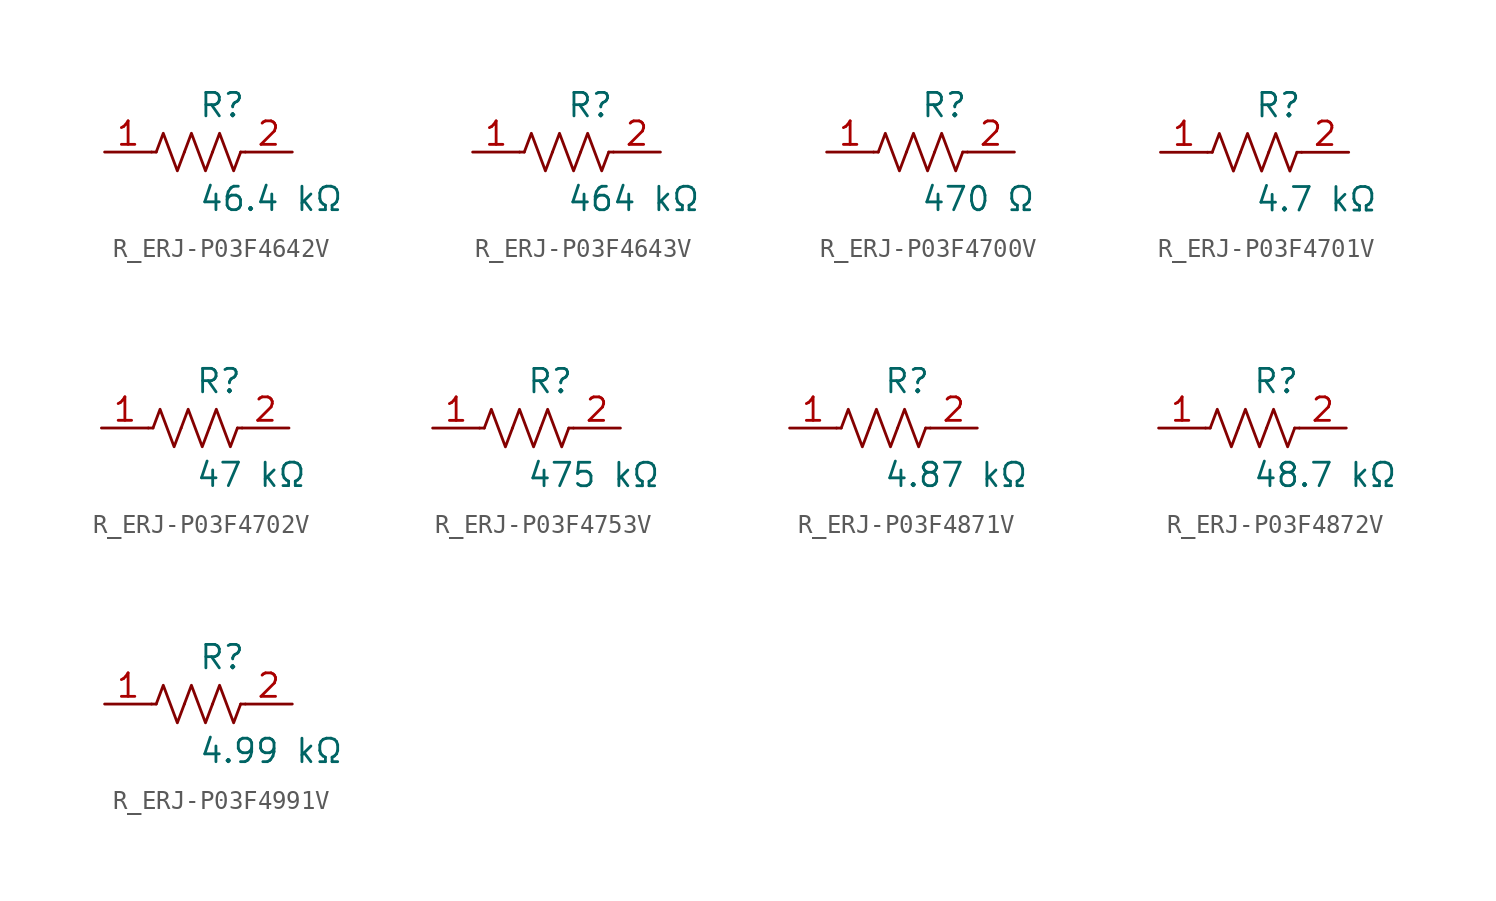
<source format=kicad_sym>
(kicad_symbol_lib
  (version 20231120)
  (generator kicad_symbol_editor)
  (generator_version 8.0)
  (symbol "R_ERJ-P03F4642V"
    (pin_names
      (offset 0.254))
    (property "Reference" "R"
      (at 0.0 2.54 0)
      (effects (font (size 1.27 1.27)) (justify left)))
    (property "Value" "46.4 kΩ"
      (at 0.0 -2.54 0)
      (effects (font (size 1.27 1.27)) (justify left)))
    (symbol "R_ERJ-P03F4642V_0_1"
      (polyline (pts (xy 2.286 0) (xy 2.54 0)) (stroke (width 0) (type default)) (fill (type none)))
      (polyline (pts (xy -2.286 0) (xy -2.54 0)) (stroke (width 0) (type default)) (fill (type none)))
      (polyline (pts (xy 0.762 0) (xy 1.143 1.016) (xy 1.524 0) (xy 1.905 -1.016) (xy 2.286 0)) (stroke (width 0) (type default)) (fill (type none)))
      (polyline (pts (xy -0.762 0) (xy -0.381 1.016) (xy 0 0) (xy 0.381 -1.016) (xy 0.762 0)) (stroke (width 0) (type default)) (fill (type none)))
      (polyline (pts (xy -2.286 0) (xy -1.905 1.016) (xy -1.524 0) (xy -1.143 -1.016) (xy -0.762 0)) (stroke (width 0) (type default)) (fill (type none))))
    (pin unspecified line
      (at -5.08 0 0)
      (length 2.54)
      (name "" (effects (font (size 1.27 1.27))))
      (number "1" (effects (font (size 1.27 1.27)))))
    (pin unspecified line
      (at 5.08 0 180)
      (length 2.54)
      (name "" (effects (font (size 1.27 1.27))))
      (number "2" (effects (font (size 1.27 1.27))))))
  (symbol "R_ERJ-P03F4643V"
    (pin_names
      (offset 0.254))
    (property "Reference" "R"
      (at 0.0 2.54 0)
      (effects (font (size 1.27 1.27)) (justify left)))
    (property "Value" "464 kΩ"
      (at 0.0 -2.54 0)
      (effects (font (size 1.27 1.27)) (justify left)))
    (symbol "R_ERJ-P03F4643V_0_1"
      (polyline (pts (xy 2.286 0) (xy 2.54 0)) (stroke (width 0) (type default)) (fill (type none)))
      (polyline (pts (xy -2.286 0) (xy -2.54 0)) (stroke (width 0) (type default)) (fill (type none)))
      (polyline (pts (xy 0.762 0) (xy 1.143 1.016) (xy 1.524 0) (xy 1.905 -1.016) (xy 2.286 0)) (stroke (width 0) (type default)) (fill (type none)))
      (polyline (pts (xy -0.762 0) (xy -0.381 1.016) (xy 0 0) (xy 0.381 -1.016) (xy 0.762 0)) (stroke (width 0) (type default)) (fill (type none)))
      (polyline (pts (xy -2.286 0) (xy -1.905 1.016) (xy -1.524 0) (xy -1.143 -1.016) (xy -0.762 0)) (stroke (width 0) (type default)) (fill (type none))))
    (pin unspecified line
      (at -5.08 0 0)
      (length 2.54)
      (name "" (effects (font (size 1.27 1.27))))
      (number "1" (effects (font (size 1.27 1.27)))))
    (pin unspecified line
      (at 5.08 0 180)
      (length 2.54)
      (name "" (effects (font (size 1.27 1.27))))
      (number "2" (effects (font (size 1.27 1.27))))))
  (symbol "R_ERJ-P03F4700V"
    (pin_names
      (offset 0.254))
    (property "Reference" "R"
      (at 0.0 2.54 0)
      (effects (font (size 1.27 1.27)) (justify left)))
    (property "Value" "470 Ω"
      (at 0.0 -2.54 0)
      (effects (font (size 1.27 1.27)) (justify left)))
    (symbol "R_ERJ-P03F4700V_0_1"
      (polyline (pts (xy 2.286 0) (xy 2.54 0)) (stroke (width 0) (type default)) (fill (type none)))
      (polyline (pts (xy -2.286 0) (xy -2.54 0)) (stroke (width 0) (type default)) (fill (type none)))
      (polyline (pts (xy 0.762 0) (xy 1.143 1.016) (xy 1.524 0) (xy 1.905 -1.016) (xy 2.286 0)) (stroke (width 0) (type default)) (fill (type none)))
      (polyline (pts (xy -0.762 0) (xy -0.381 1.016) (xy 0 0) (xy 0.381 -1.016) (xy 0.762 0)) (stroke (width 0) (type default)) (fill (type none)))
      (polyline (pts (xy -2.286 0) (xy -1.905 1.016) (xy -1.524 0) (xy -1.143 -1.016) (xy -0.762 0)) (stroke (width 0) (type default)) (fill (type none))))
    (pin unspecified line
      (at -5.08 0 0)
      (length 2.54)
      (name "" (effects (font (size 1.27 1.27))))
      (number "1" (effects (font (size 1.27 1.27)))))
    (pin unspecified line
      (at 5.08 0 180)
      (length 2.54)
      (name "" (effects (font (size 1.27 1.27))))
      (number "2" (effects (font (size 1.27 1.27))))))
  (symbol "R_ERJ-P03F4701V"
    (pin_names
      (offset 0.254))
    (property "Reference" "R"
      (at 0.0 2.54 0)
      (effects (font (size 1.27 1.27)) (justify left)))
    (property "Value" "4.7 kΩ"
      (at 0.0 -2.54 0)
      (effects (font (size 1.27 1.27)) (justify left)))
    (symbol "R_ERJ-P03F4701V_0_1"
      (polyline (pts (xy 2.286 0) (xy 2.54 0)) (stroke (width 0) (type default)) (fill (type none)))
      (polyline (pts (xy -2.286 0) (xy -2.54 0)) (stroke (width 0) (type default)) (fill (type none)))
      (polyline (pts (xy 0.762 0) (xy 1.143 1.016) (xy 1.524 0) (xy 1.905 -1.016) (xy 2.286 0)) (stroke (width 0) (type default)) (fill (type none)))
      (polyline (pts (xy -0.762 0) (xy -0.381 1.016) (xy 0 0) (xy 0.381 -1.016) (xy 0.762 0)) (stroke (width 0) (type default)) (fill (type none)))
      (polyline (pts (xy -2.286 0) (xy -1.905 1.016) (xy -1.524 0) (xy -1.143 -1.016) (xy -0.762 0)) (stroke (width 0) (type default)) (fill (type none))))
    (pin unspecified line
      (at -5.08 0 0)
      (length 2.54)
      (name "" (effects (font (size 1.27 1.27))))
      (number "1" (effects (font (size 1.27 1.27)))))
    (pin unspecified line
      (at 5.08 0 180)
      (length 2.54)
      (name "" (effects (font (size 1.27 1.27))))
      (number "2" (effects (font (size 1.27 1.27))))))
  (symbol "R_ERJ-P03F4702V"
    (pin_names
      (offset 0.254))
    (property "Reference" "R"
      (at 0.0 2.54 0)
      (effects (font (size 1.27 1.27)) (justify left)))
    (property "Value" "47 kΩ"
      (at 0.0 -2.54 0)
      (effects (font (size 1.27 1.27)) (justify left)))
    (symbol "R_ERJ-P03F4702V_0_1"
      (polyline (pts (xy 2.286 0) (xy 2.54 0)) (stroke (width 0) (type default)) (fill (type none)))
      (polyline (pts (xy -2.286 0) (xy -2.54 0)) (stroke (width 0) (type default)) (fill (type none)))
      (polyline (pts (xy 0.762 0) (xy 1.143 1.016) (xy 1.524 0) (xy 1.905 -1.016) (xy 2.286 0)) (stroke (width 0) (type default)) (fill (type none)))
      (polyline (pts (xy -0.762 0) (xy -0.381 1.016) (xy 0 0) (xy 0.381 -1.016) (xy 0.762 0)) (stroke (width 0) (type default)) (fill (type none)))
      (polyline (pts (xy -2.286 0) (xy -1.905 1.016) (xy -1.524 0) (xy -1.143 -1.016) (xy -0.762 0)) (stroke (width 0) (type default)) (fill (type none))))
    (pin unspecified line
      (at -5.08 0 0)
      (length 2.54)
      (name "" (effects (font (size 1.27 1.27))))
      (number "1" (effects (font (size 1.27 1.27)))))
    (pin unspecified line
      (at 5.08 0 180)
      (length 2.54)
      (name "" (effects (font (size 1.27 1.27))))
      (number "2" (effects (font (size 1.27 1.27))))))
  (symbol "R_ERJ-P03F4753V"
    (pin_names
      (offset 0.254))
    (property "Reference" "R"
      (at 0.0 2.54 0)
      (effects (font (size 1.27 1.27)) (justify left)))
    (property "Value" "475 kΩ"
      (at 0.0 -2.54 0)
      (effects (font (size 1.27 1.27)) (justify left)))
    (symbol "R_ERJ-P03F4753V_0_1"
      (polyline (pts (xy 2.286 0) (xy 2.54 0)) (stroke (width 0) (type default)) (fill (type none)))
      (polyline (pts (xy -2.286 0) (xy -2.54 0)) (stroke (width 0) (type default)) (fill (type none)))
      (polyline (pts (xy 0.762 0) (xy 1.143 1.016) (xy 1.524 0) (xy 1.905 -1.016) (xy 2.286 0)) (stroke (width 0) (type default)) (fill (type none)))
      (polyline (pts (xy -0.762 0) (xy -0.381 1.016) (xy 0 0) (xy 0.381 -1.016) (xy 0.762 0)) (stroke (width 0) (type default)) (fill (type none)))
      (polyline (pts (xy -2.286 0) (xy -1.905 1.016) (xy -1.524 0) (xy -1.143 -1.016) (xy -0.762 0)) (stroke (width 0) (type default)) (fill (type none))))
    (pin unspecified line
      (at -5.08 0 0)
      (length 2.54)
      (name "" (effects (font (size 1.27 1.27))))
      (number "1" (effects (font (size 1.27 1.27)))))
    (pin unspecified line
      (at 5.08 0 180)
      (length 2.54)
      (name "" (effects (font (size 1.27 1.27))))
      (number "2" (effects (font (size 1.27 1.27))))))
  (symbol "R_ERJ-P03F4871V"
    (pin_names
      (offset 0.254))
    (property "Reference" "R"
      (at 0.0 2.54 0)
      (effects (font (size 1.27 1.27)) (justify left)))
    (property "Value" "4.87 kΩ"
      (at 0.0 -2.54 0)
      (effects (font (size 1.27 1.27)) (justify left)))
    (symbol "R_ERJ-P03F4871V_0_1"
      (polyline (pts (xy 2.286 0) (xy 2.54 0)) (stroke (width 0) (type default)) (fill (type none)))
      (polyline (pts (xy -2.286 0) (xy -2.54 0)) (stroke (width 0) (type default)) (fill (type none)))
      (polyline (pts (xy 0.762 0) (xy 1.143 1.016) (xy 1.524 0) (xy 1.905 -1.016) (xy 2.286 0)) (stroke (width 0) (type default)) (fill (type none)))
      (polyline (pts (xy -0.762 0) (xy -0.381 1.016) (xy 0 0) (xy 0.381 -1.016) (xy 0.762 0)) (stroke (width 0) (type default)) (fill (type none)))
      (polyline (pts (xy -2.286 0) (xy -1.905 1.016) (xy -1.524 0) (xy -1.143 -1.016) (xy -0.762 0)) (stroke (width 0) (type default)) (fill (type none))))
    (pin unspecified line
      (at -5.08 0 0)
      (length 2.54)
      (name "" (effects (font (size 1.27 1.27))))
      (number "1" (effects (font (size 1.27 1.27)))))
    (pin unspecified line
      (at 5.08 0 180)
      (length 2.54)
      (name "" (effects (font (size 1.27 1.27))))
      (number "2" (effects (font (size 1.27 1.27))))))
  (symbol "R_ERJ-P03F4872V"
    (pin_names
      (offset 0.254))
    (property "Reference" "R"
      (at 0.0 2.54 0)
      (effects (font (size 1.27 1.27)) (justify left)))
    (property "Value" "48.7 kΩ"
      (at 0.0 -2.54 0)
      (effects (font (size 1.27 1.27)) (justify left)))
    (symbol "R_ERJ-P03F4872V_0_1"
      (polyline (pts (xy 2.286 0) (xy 2.54 0)) (stroke (width 0) (type default)) (fill (type none)))
      (polyline (pts (xy -2.286 0) (xy -2.54 0)) (stroke (width 0) (type default)) (fill (type none)))
      (polyline (pts (xy 0.762 0) (xy 1.143 1.016) (xy 1.524 0) (xy 1.905 -1.016) (xy 2.286 0)) (stroke (width 0) (type default)) (fill (type none)))
      (polyline (pts (xy -0.762 0) (xy -0.381 1.016) (xy 0 0) (xy 0.381 -1.016) (xy 0.762 0)) (stroke (width 0) (type default)) (fill (type none)))
      (polyline (pts (xy -2.286 0) (xy -1.905 1.016) (xy -1.524 0) (xy -1.143 -1.016) (xy -0.762 0)) (stroke (width 0) (type default)) (fill (type none))))
    (pin unspecified line
      (at -5.08 0 0)
      (length 2.54)
      (name "" (effects (font (size 1.27 1.27))))
      (number "1" (effects (font (size 1.27 1.27)))))
    (pin unspecified line
      (at 5.08 0 180)
      (length 2.54)
      (name "" (effects (font (size 1.27 1.27))))
      (number "2" (effects (font (size 1.27 1.27))))))
  (symbol "R_ERJ-P03F4991V"
    (pin_names
      (offset 0.254))
    (property "Reference" "R"
      (at 0.0 2.54 0)
      (effects (font (size 1.27 1.27)) (justify left)))
    (property "Value" "4.99 kΩ"
      (at 0.0 -2.54 0)
      (effects (font (size 1.27 1.27)) (justify left)))
    (symbol "R_ERJ-P03F4991V_0_1"
      (polyline (pts (xy 2.286 0) (xy 2.54 0)) (stroke (width 0) (type default)) (fill (type none)))
      (polyline (pts (xy -2.286 0) (xy -2.54 0)) (stroke (width 0) (type default)) (fill (type none)))
      (polyline (pts (xy 0.762 0) (xy 1.143 1.016) (xy 1.524 0) (xy 1.905 -1.016) (xy 2.286 0)) (stroke (width 0) (type default)) (fill (type none)))
      (polyline (pts (xy -0.762 0) (xy -0.381 1.016) (xy 0 0) (xy 0.381 -1.016) (xy 0.762 0)) (stroke (width 0) (type default)) (fill (type none)))
      (polyline (pts (xy -2.286 0) (xy -1.905 1.016) (xy -1.524 0) (xy -1.143 -1.016) (xy -0.762 0)) (stroke (width 0) (type default)) (fill (type none))))
    (pin unspecified line
      (at -5.08 0 0)
      (length 2.54)
      (name "" (effects (font (size 1.27 1.27))))
      (number "1" (effects (font (size 1.27 1.27)))))
    (pin unspecified line
      (at 5.08 0 180)
      (length 2.54)
      (name "" (effects (font (size 1.27 1.27))))
      (number "2" (effects (font (size 1.27 1.27)))))))
</source>
